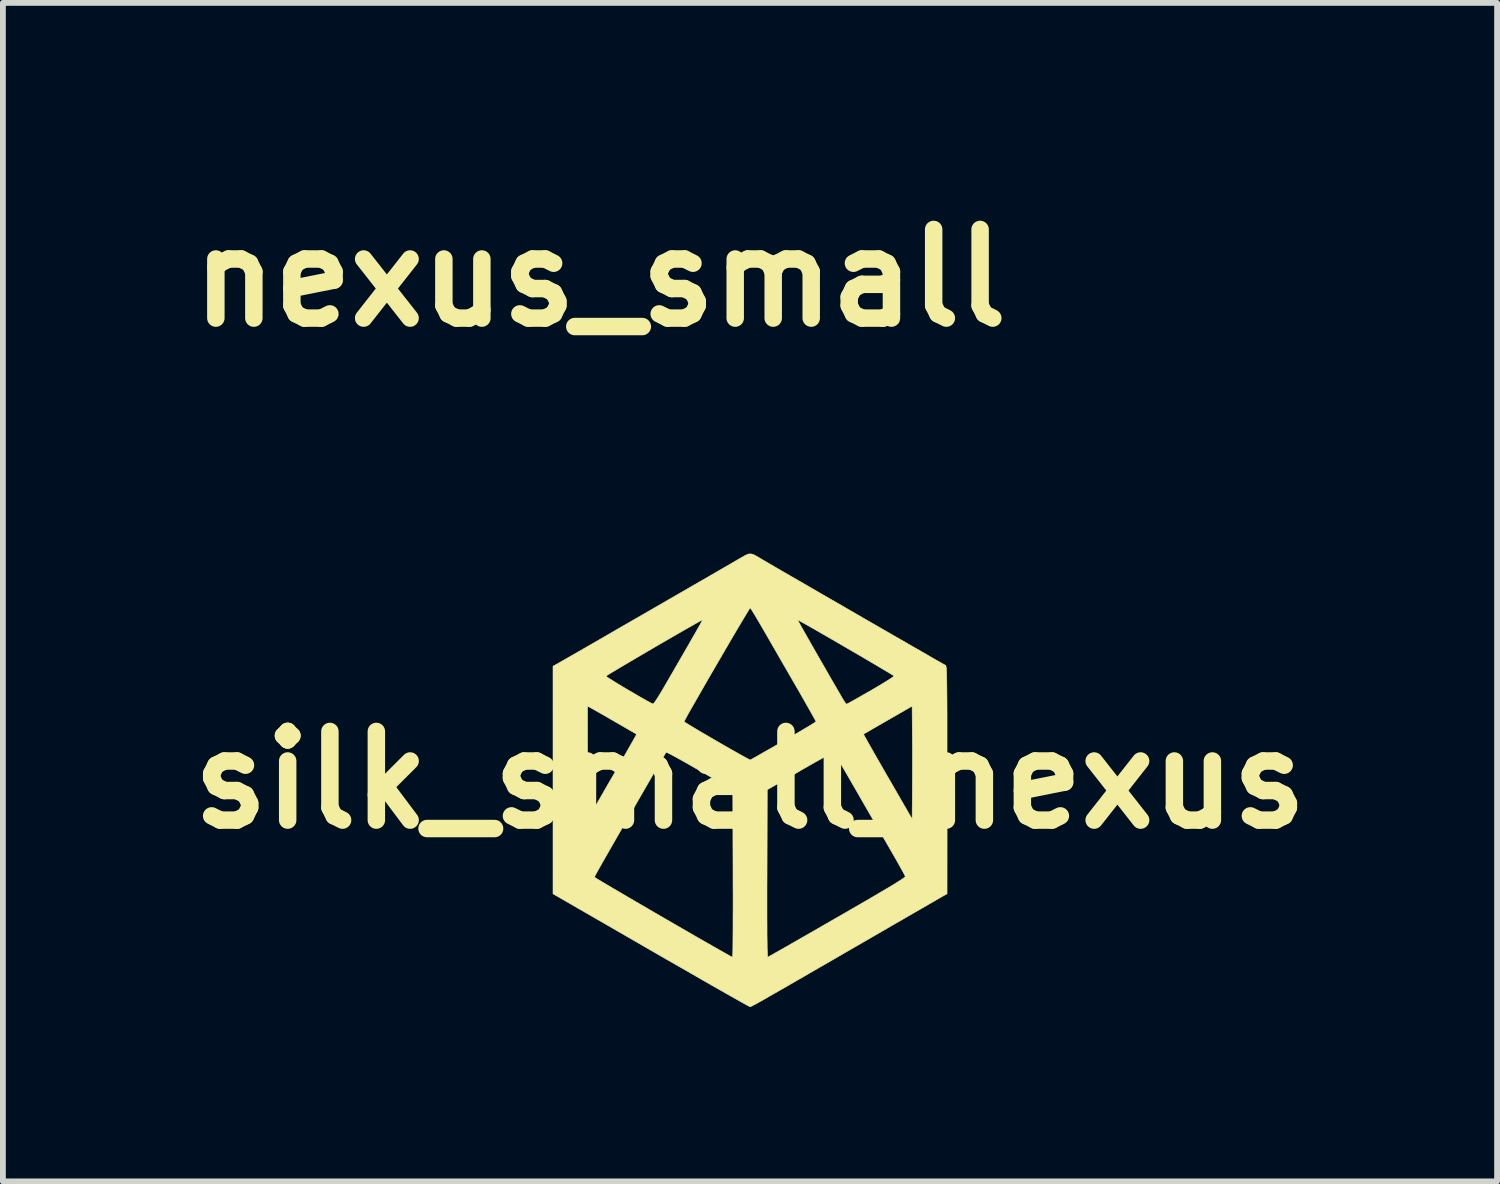
<source format=kicad_pcb>
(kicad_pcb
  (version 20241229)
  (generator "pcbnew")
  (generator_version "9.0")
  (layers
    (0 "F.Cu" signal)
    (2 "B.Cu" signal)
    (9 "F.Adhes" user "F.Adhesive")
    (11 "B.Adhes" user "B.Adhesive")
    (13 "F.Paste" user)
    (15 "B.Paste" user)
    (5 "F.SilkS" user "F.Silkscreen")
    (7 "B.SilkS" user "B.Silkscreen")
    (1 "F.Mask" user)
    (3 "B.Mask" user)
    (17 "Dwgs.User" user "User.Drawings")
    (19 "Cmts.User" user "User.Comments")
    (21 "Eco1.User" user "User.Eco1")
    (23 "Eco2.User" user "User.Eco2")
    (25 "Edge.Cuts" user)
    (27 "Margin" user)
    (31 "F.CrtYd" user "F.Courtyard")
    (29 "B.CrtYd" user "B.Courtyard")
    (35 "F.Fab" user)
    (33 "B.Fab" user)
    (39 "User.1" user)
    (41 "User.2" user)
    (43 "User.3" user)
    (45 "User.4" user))
  (footprint "nexus_small"
    (layer "F.Cu")
    (at 7.264 1.728)
    (property "Reference" "nexus_small" (at 0 0 0) (layer "F.SilkS") (effects (font (size 1.524 1.524) (thickness 0.3))))
    (attr through_hole)
    (fp_poly (pts (xy 0.253 -1.575) (xy 0.362 -1.511) (xy 0.509 -1.424) (xy 0.681 -1.325) (xy 0.861 -1.221) (xy 0.999 -1.141) (xy 1.499 -0.855) (xy 1.499 0.892) (xy 0.785 1.304) (xy 0.595 1.413) (xy 0.421 1.512) (xy 0.27 1.598) (xy 0.15 1.666) (xy 0.067 1.711) (xy 0.029 1.731) (xy 0.028 1.731) (xy -0.008 1.721) (xy -0.09 1.683) (xy -0.209 1.622) (xy -0.36 1.542) (xy -0.535 1.446) (xy -0.726 1.337) (xy -0.757 1.319) (xy -1.499 0.891) (xy -1.5 0.757) (xy -1.207 0.757) (xy -1.005 0.874) (xy -0.893 0.938) (xy -0.749 1.021) (xy -0.595 1.111) (xy -0.484 1.175) (xy -0.36 1.246) (xy -0.254 1.305) (xy -0.178 1.345) (xy -0.143 1.361) (xy -0.143 1.361) (xy -0.137 1.333) (xy -0.132 1.252) (xy -0.128 1.129) (xy -0.127 0.972) (xy -0.127 0.911) (xy 0.127 0.911) (xy 0.127 1.079) (xy 0.13 1.214) (xy 0.135 1.311) (xy 0.141 1.358) (xy 0.143 1.361) (xy 0.175 1.347) (xy 0.252 1.306) (xy 0.363 1.244) (xy 0.502 1.165) (xy 0.659 1.075) (xy 0.677 1.064) (xy 0.834 0.972) (xy 0.972 0.889) (xy 1.081 0.821) (xy 1.155 0.772) (xy 1.186 0.747) (xy 1.186 0.746) (xy 1.171 0.714) (xy 1.131 0.638) (xy 1.07 0.528) (xy 0.993 0.392) (xy 0.916 0.257) (xy 0.646 -0.211) (xy 0.391 -0.065) (xy 0.136 0.082) (xy 0.128 0.722) (xy 0.127 0.911) (xy -0.127 0.911) (xy -0.127 0.789) (xy -0.128 0.721) (xy -0.136 0.079) (xy -0.386 -0.065) (xy -0.636 -0.209) (xy -0.679 -0.142) (xy -0.708 -0.094) (xy -0.762 -0.004) (xy -0.833 0.117) (xy -0.916 0.258) (xy -0.964 0.34) (xy -1.207 0.757) (xy -1.5 0.757) (xy -1.507 0.023) (xy -1.508 -0.121) (xy -1.261 -0.121) (xy -1.26 0.031) (xy -1.257 0.159) (xy -1.252 0.252) (xy -1.246 0.299) (xy -1.243 0.302) (xy -1.222 0.277) (xy -1.179 0.21) (xy -1.119 0.111) (xy -1.06 0.008) (xy -0.992 -0.113) (xy -0.936 -0.215) (xy -0.898 -0.288) (xy -0.885 -0.317) (xy -0.905 -0.342) (xy -0.963 -0.386) (xy -1.025 -0.427) (xy -0.516 -0.427) (xy -0.281 -0.29) (xy -0.171 -0.228) (xy -0.077 -0.181) (xy -0.014 -0.155) (xy 0 -0.152) (xy 0.045 -0.167) (xy 0.128 -0.206) (xy 0.233 -0.262) (xy 0.281 -0.29) (xy 0.33 -0.318) (xy 0.885 -0.318) (xy 0.885 -0.317) (xy 0.905 -0.272) (xy 0.947 -0.192) (xy 1.003 -0.09) (xy 1.067 0.021) (xy 1.131 0.128) (xy 1.187 0.219) (xy 1.228 0.282) (xy 1.247 0.303) (xy 1.255 0.274) (xy 1.261 0.196) (xy 1.265 0.079) (xy 1.267 -0.066) (xy 1.267 -0.121) (xy 1.265 -0.273) (xy 1.262 -0.401) (xy 1.258 -0.494) (xy 1.252 -0.541) (xy 1.25 -0.545) (xy 1.206 -0.53) (xy 1.134 -0.493) (xy 1.05 -0.443) (xy 0.969 -0.391) (xy 0.909 -0.346) (xy 0.885 -0.318) (xy 0.33 -0.318) (xy 0.516 -0.427) (xy 0.417 -0.6) (xy 0.356 -0.706) (xy 0.278 -0.842) (xy 0.197 -0.984) (xy 0.167 -1.037) (xy 0.102 -1.148) (xy 0.059 -1.218) (xy 0.354 -1.218) (xy 0.429 -1.086) (xy 0.483 -0.991) (xy 0.552 -0.87) (xy 0.62 -0.751) (xy 0.737 -0.549) (xy 0.876 -0.628) (xy 0.966 -0.681) (xy 1.042 -0.727) (xy 1.069 -0.744) (xy 1.086 -0.762) (xy 1.08 -0.785) (xy 1.043 -0.819) (xy 0.968 -0.868) (xy 0.849 -0.939) (xy 0.811 -0.961) (xy 0.682 -1.036) (xy 0.565 -1.103) (xy 0.475 -1.154) (xy 0.427 -1.18) (xy 0.354 -1.218) (xy 0.059 -1.218) (xy 0.047 -1.236) (xy 0.011 -1.29) (xy 0 -1.301) (xy -0.02 -1.277) (xy -0.063 -1.211) (xy -0.122 -1.114) (xy -0.167 -1.037) (xy -0.245 -0.9) (xy -0.326 -0.759) (xy -0.395 -0.638) (xy -0.417 -0.6) (xy -0.516 -0.427) (xy -1.025 -0.427) (xy -1.042 -0.438) (xy -1.126 -0.489) (xy -1.199 -0.528) (xy -1.245 -0.545) (xy -1.247 -0.545) (xy -1.252 -0.516) (xy -1.256 -0.438) (xy -1.259 -0.321) (xy -1.261 -0.176) (xy -1.261 -0.121) (xy -1.508 -0.121) (xy -1.514 -0.78) (xy -1.128 -0.78) (xy -0.935 -0.667) (xy -0.742 -0.555) (xy -0.664 -0.679) (xy -0.609 -0.768) (xy -0.54 -0.886) (xy -0.472 -1.007) (xy -0.468 -1.013) (xy -0.351 -1.224) (xy -0.531 -1.123) (xy -0.653 -1.054) (xy -0.795 -0.973) (xy -0.92 -0.901) (xy -1.128 -0.78) (xy -1.514 -0.78) (xy -1.515 -0.845) (xy -1.386 -0.919) (xy -1.323 -0.956) (xy -1.216 -1.017) (xy -1.076 -1.098) (xy -0.912 -1.193) (xy -0.731 -1.297) (xy -0.625 -1.359) (xy 0.006 -1.723) (xy 0.253 -1.575)) (stroke (width 0.01) (type solid)) (fill no) (layer "Eco2.User")))
  (footprint "silk_small_nexus"
    (layer "F.Cu")
    (at 9.841 10.356)
    (property "Reference" "silk_small_nexus" (at 0 0 0) (layer "F.SilkS") (effects (font (size 1.524 1.524) (thickness 0.3))))
    (attr through_hole)
    (fp_poly (pts (xy 0.067 -3.871) (xy 0.128 -3.837) (xy 0.161 -3.818) (xy 0.197 -3.796) (xy 0.259 -3.76) (xy 0.344 -3.71) (xy 0.449 -3.649) (xy 0.573 -3.577) (xy 0.713 -3.496) (xy 0.867 -3.407) (xy 1.033 -3.311) (xy 1.207 -3.21) (xy 1.389 -3.105) (xy 1.575 -2.998) (xy 1.763 -2.889) (xy 1.951 -2.78) (xy 2.137 -2.673) (xy 2.318 -2.569) (xy 2.492 -2.468) (xy 2.657 -2.374) (xy 2.81 -2.285) (xy 2.949 -2.206) (xy 3.071 -2.135) (xy 3.175 -2.075) (xy 3.259 -2.028) (xy 3.318 -1.994) (xy 3.353 -1.975) (xy 3.36 -1.971) (xy 3.364 -1.967) (xy 3.368 -1.957) (xy 3.371 -1.94) (xy 3.374 -1.913) (xy 3.376 -1.875) (xy 3.379 -1.825) (xy 3.38 -1.759) (xy 3.382 -1.677) (xy 3.383 -1.577) (xy 3.384 -1.457) (xy 3.385 -1.314) (xy 3.386 -1.148) (xy 3.386 -0.957) (xy 3.386 -0.738) (xy 3.386 -0.49) (xy 3.387 -0.212) (xy 3.387 -0.002) (xy 3.386 1.956) (xy 3.323 1.991) (xy 3.3 2.004) (xy 3.25 2.033) (xy 3.174 2.077) (xy 3.075 2.134) (xy 2.955 2.204) (xy 2.815 2.284) (xy 2.658 2.375) (xy 2.486 2.474) (xy 2.3 2.582) (xy 2.103 2.696) (xy 1.897 2.815) (xy 1.687 2.936) (xy 1.432 3.084) (xy 1.204 3.215) (xy 1.002 3.332) (xy 0.824 3.435) (xy 0.67 3.524) (xy 0.536 3.601) (xy 0.422 3.666) (xy 0.326 3.721) (xy 0.247 3.767) (xy 0.182 3.803) (xy 0.131 3.832) (xy 0.09 3.854) (xy 0.06 3.87) (xy 0.038 3.882) (xy 0.023 3.889) (xy 0.012 3.893) (xy 0.005 3.894) (xy -0.000099 3.895) (xy -0.004 3.895) (xy -0.022 3.886) (xy -0.067 3.862) (xy -0.137 3.823) (xy -0.231 3.77) (xy -0.347 3.705) (xy -0.483 3.627) (xy -0.637 3.54) (xy -0.808 3.442) (xy -0.992 3.336) (xy -1.189 3.223) (xy -1.397 3.104) (xy -1.614 2.979) (xy -1.707 2.925) (xy -3.386 1.956) (xy -3.386 1.67) (xy -2.675 1.67) (xy -2.66 1.68) (xy -2.619 1.706) (xy -2.554 1.745) (xy -2.468 1.796) (xy -2.363 1.858) (xy -2.241 1.929) (xy -2.107 2.008) (xy -1.962 2.093) (xy -1.808 2.182) (xy -1.65 2.275) (xy -1.489 2.368) (xy -1.327 2.462) (xy -1.169 2.553) (xy -1.015 2.642) (xy -0.87 2.726) (xy -0.735 2.803) (xy -0.614 2.872) (xy -0.508 2.932) (xy -0.422 2.981) (xy -0.356 3.018) (xy -0.315 3.04) (xy -0.3 3.047) (xy -0.299 3.031) (xy -0.297 2.983) (xy -0.295 2.906) (xy -0.294 2.803) (xy -0.293 2.676) (xy -0.292 2.527) (xy -0.292 2.359) (xy -0.291 2.174) (xy -0.291 2.124) (xy 0.291 2.124) (xy 0.291 2.335) (xy 0.292 2.515) (xy 0.292 2.666) (xy 0.294 2.79) (xy 0.295 2.888) (xy 0.298 2.961) (xy 0.3 3.011) (xy 0.303 3.038) (xy 0.307 3.045) (xy 0.324 3.035) (xy 0.368 3.01) (xy 0.437 2.971) (xy 0.529 2.919) (xy 0.642 2.855) (xy 0.772 2.78) (xy 0.918 2.696) (xy 1.078 2.605) (xy 1.249 2.506) (xy 1.43 2.402) (xy 1.5 2.362) (xy 1.727 2.231) (xy 1.926 2.116) (xy 2.098 2.016) (xy 2.244 1.93) (xy 2.366 1.858) (xy 2.466 1.798) (xy 2.544 1.749) (xy 2.602 1.712) (xy 2.641 1.685) (xy 2.663 1.667) (xy 2.669 1.658) (xy 2.659 1.636) (xy 2.635 1.589) (xy 2.597 1.522) (xy 2.55 1.437) (xy 2.495 1.34) (xy 2.434 1.234) (xy 2.374 1.13) (xy 2.3 1.002) (xy 2.216 0.857) (xy 2.125 0.699) (xy 2.031 0.537) (xy 1.937 0.374) (xy 1.847 0.217) (xy 1.829 0.186) (xy 1.751 0.051) (xy 1.678 -0.076) (xy 1.611 -0.191) (xy 1.553 -0.29) (xy 1.505 -0.371) (xy 1.47 -0.432) (xy 1.448 -0.468) (xy 1.442 -0.477) (xy 1.425 -0.471) (xy 1.383 -0.45) (xy 1.317 -0.416) (xy 1.232 -0.369) (xy 1.131 -0.313) (xy 1.017 -0.248) (xy 0.892 -0.177) (xy 0.864 -0.16) (xy 0.296 0.167) (xy 0.292 1.609) (xy 0.291 1.883) (xy 0.291 2.124) (xy -0.291 2.124) (xy -0.291 1.975) (xy -0.292 1.764) (xy -0.292 1.607) (xy -0.296 0.167) (xy -0.864 -0.161) (xy -0.99 -0.233) (xy -1.107 -0.3) (xy -1.211 -0.358) (xy -1.3 -0.407) (xy -1.37 -0.444) (xy -1.418 -0.468) (xy -1.441 -0.477) (xy -1.442 -0.477) (xy -1.453 -0.46) (xy -1.479 -0.417) (xy -1.517 -0.353) (xy -1.565 -0.271) (xy -1.621 -0.174) (xy -1.683 -0.067) (xy -1.697 -0.042) (xy -1.851 0.225) (xy -1.989 0.464) (xy -2.112 0.676) (xy -2.22 0.864) (xy -2.314 1.028) (xy -2.395 1.169) (xy -2.464 1.29) (xy -2.522 1.391) (xy -2.569 1.474) (xy -2.606 1.54) (xy -2.634 1.591) (xy -2.655 1.628) (xy -2.667 1.653) (xy -2.674 1.667) (xy -2.675 1.67) (xy -3.386 1.67) (xy -3.386 0) (xy -3.386 -1.271) (xy -2.794 -1.271) (xy -2.793 -0.293) (xy -2.793 -0.076) (xy -2.793 0.108) (xy -2.792 0.263) (xy -2.79 0.388) (xy -2.788 0.488) (xy -2.786 0.562) (xy -2.783 0.613) (xy -2.78 0.643) (xy -2.776 0.654) (xy -2.774 0.652) (xy -2.761 0.631) (xy -2.734 0.583) (xy -2.693 0.513) (xy -2.641 0.422) (xy -2.578 0.313) (xy -2.508 0.191) (xy -2.431 0.057) (xy -2.35 -0.082) (xy -2.269 -0.223) (xy -2.194 -0.354) (xy -2.126 -0.473) (xy -2.067 -0.577) (xy -2.018 -0.663) (xy -1.981 -0.729) (xy -1.958 -0.771) (xy -1.951 -0.787) (xy -1.951 -0.787) (xy -1.966 -0.797) (xy -2.007 -0.821) (xy -2.068 -0.856) (xy -2.144 -0.9) (xy -2.23 -0.95) (xy -2.323 -1.003) (xy -1.134 -1.003) (xy -1.12 -0.992) (xy -1.08 -0.967) (xy -1.018 -0.929) (xy -0.939 -0.882) (xy -0.846 -0.826) (xy -0.742 -0.766) (xy -0.633 -0.702) (xy -0.521 -0.637) (xy -0.41 -0.573) (xy -0.305 -0.513) (xy -0.209 -0.459) (xy -0.127 -0.413) (xy -0.061 -0.377) (xy -0.016 -0.353) (xy 0.004 -0.344) (xy 0.004 -0.344) (xy 0.021 -0.353) (xy 0.064 -0.377) (xy 0.13 -0.414) (xy 0.215 -0.463) (xy 0.317 -0.521) (xy 0.431 -0.586) (xy 0.555 -0.657) (xy 0.575 -0.669) (xy 0.7 -0.741) (xy 0.779 -0.787) (xy 1.951 -0.787) (xy 1.958 -0.772) (xy 1.981 -0.731) (xy 2.017 -0.666) (xy 2.066 -0.579) (xy 2.125 -0.475) (xy 2.193 -0.356) (xy 2.269 -0.224) (xy 2.35 -0.082) (xy 2.366 -0.056) (xy 2.786 0.672) (xy 2.79 0.193) (xy 2.791 0.036) (xy 2.792 -0.143) (xy 2.792 -0.332) (xy 2.792 -0.52) (xy 2.791 -0.693) (xy 2.79 -0.778) (xy 2.786 -1.27) (xy 2.371 -1.031) (xy 2.263 -0.969) (xy 2.166 -0.913) (xy 2.083 -0.865) (xy 2.016 -0.826) (xy 1.971 -0.8) (xy 1.951 -0.788) (xy 1.951 -0.787) (xy 0.779 -0.787) (xy 0.815 -0.808) (xy 0.917 -0.869) (xy 1.004 -0.92) (xy 1.071 -0.961) (xy 1.115 -0.989) (xy 1.134 -1.003) (xy 1.134 -1.004) (xy 1.126 -1.021) (xy 1.103 -1.064) (xy 1.066 -1.13) (xy 1.018 -1.215) (xy 0.96 -1.317) (xy 0.895 -1.431) (xy 0.824 -1.556) (xy 0.81 -1.579) (xy 0.724 -1.728) (xy 0.633 -1.886) (xy 0.539 -2.048) (xy 0.448 -2.207) (xy 0.363 -2.354) (xy 0.289 -2.483) (xy 0.251 -2.548) (xy 0.189 -2.655) (xy 0.133 -2.751) (xy 0.132 -2.752) (xy 0.817 -2.752) (xy 0.824 -2.738) (xy 0.847 -2.697) (xy 0.882 -2.633) (xy 0.93 -2.549) (xy 0.987 -2.449) (xy 1.051 -2.335) (xy 1.122 -2.211) (xy 1.197 -2.08) (xy 1.275 -1.945) (xy 1.352 -1.81) (xy 1.429 -1.677) (xy 1.503 -1.55) (xy 1.571 -1.432) (xy 1.604 -1.376) (xy 1.631 -1.334) (xy 1.652 -1.308) (xy 1.659 -1.304) (xy 1.677 -1.312) (xy 1.72 -1.335) (xy 1.785 -1.371) (xy 1.867 -1.417) (xy 1.962 -1.472) (xy 2.068 -1.532) (xy 2.077 -1.537) (xy 2.182 -1.599) (xy 2.277 -1.656) (xy 2.357 -1.705) (xy 2.42 -1.745) (xy 2.46 -1.773) (xy 2.476 -1.787) (xy 2.476 -1.787) (xy 2.461 -1.798) (xy 2.42 -1.824) (xy 2.356 -1.862) (xy 2.272 -1.912) (xy 2.172 -1.972) (xy 2.059 -2.038) (xy 1.936 -2.111) (xy 1.805 -2.187) (xy 1.671 -2.265) (xy 1.536 -2.344) (xy 1.404 -2.42) (xy 1.278 -2.493) (xy 1.16 -2.561) (xy 1.055 -2.621) (xy 0.965 -2.672) (xy 0.894 -2.712) (xy 0.844 -2.739) (xy 0.819 -2.752) (xy 0.817 -2.752) (xy 0.132 -2.752) (xy 0.084 -2.833) (xy 0.044 -2.898) (xy 0.017 -2.941) (xy 0.004 -2.959) (xy 0.003 -2.959) (xy -0.007 -2.946) (xy -0.032 -2.906) (xy -0.071 -2.842) (xy -0.121 -2.758) (xy -0.182 -2.656) (xy -0.251 -2.54) (xy -0.326 -2.412) (xy -0.406 -2.275) (xy -0.49 -2.131) (xy -0.575 -1.985) (xy -0.66 -1.839) (xy -0.743 -1.696) (xy -0.822 -1.558) (xy -0.896 -1.429) (xy -0.963 -1.312) (xy -1.022 -1.209) (xy -1.07 -1.124) (xy -1.105 -1.059) (xy -1.127 -1.018) (xy -1.134 -1.003) (xy -2.323 -1.003) (xy -2.323 -1.004) (xy -2.418 -1.058) (xy -2.509 -1.111) (xy -2.593 -1.159) (xy -2.664 -1.199) (xy -2.718 -1.23) (xy -2.751 -1.248) (xy -2.756 -1.251) (xy -2.794 -1.271) (xy -3.386 -1.271) (xy -3.386 -1.785) (xy -2.476 -1.785) (xy -2.463 -1.773) (xy -2.424 -1.747) (xy -2.365 -1.71) (xy -2.291 -1.664) (xy -2.205 -1.612) (xy -2.113 -1.557) (xy -2.018 -1.502) (xy -1.926 -1.448) (xy -1.841 -1.399) (xy -1.768 -1.358) (xy -1.711 -1.327) (xy -1.675 -1.309) (xy -1.665 -1.306) (xy -1.652 -1.319) (xy -1.624 -1.358) (xy -1.584 -1.419) (xy -1.536 -1.497) (xy -1.481 -1.589) (xy -1.438 -1.664) (xy -1.318 -1.871) (xy -1.214 -2.051) (xy -1.125 -2.205) (xy -1.05 -2.335) (xy -0.988 -2.444) (xy -0.937 -2.532) (xy -0.897 -2.603) (xy -0.866 -2.657) (xy -0.844 -2.697) (xy -0.829 -2.725) (xy -0.82 -2.742) (xy -0.817 -2.751) (xy -0.817 -2.752) (xy -0.832 -2.745) (xy -0.874 -2.723) (xy -0.938 -2.687) (xy -1.022 -2.639) (xy -1.123 -2.582) (xy -1.236 -2.517) (xy -1.36 -2.445) (xy -1.49 -2.37) (xy -1.625 -2.292) (xy -1.759 -2.213) (xy -1.891 -2.136) (xy -2.018 -2.061) (xy -2.135 -1.992) (xy -2.24 -1.93) (xy -2.33 -1.876) (xy -2.401 -1.834) (xy -2.45 -1.803) (xy -2.474 -1.787) (xy -2.476 -1.785) (xy -3.386 -1.785) (xy -3.386 -1.956) (xy -3.298 -2.004) (xy -3.274 -2.018) (xy -3.223 -2.047) (xy -3.147 -2.091) (xy -3.049 -2.147) (xy -2.932 -2.214) (xy -2.797 -2.292) (xy -2.647 -2.378) (xy -2.485 -2.472) (xy -2.312 -2.572) (xy -2.132 -2.676) (xy -1.946 -2.783) (xy -1.757 -2.892) (xy -1.567 -3.002) (xy -1.379 -3.111) (xy -1.194 -3.217) (xy -1.017 -3.32) (xy -0.848 -3.417) (xy -0.69 -3.508) (xy -0.546 -3.592) (xy -0.418 -3.666) (xy -0.309 -3.729) (xy -0.22 -3.781) (xy -0.154 -3.819) (xy -0.14 -3.827) (xy -0.074 -3.864) (xy -0.024 -3.884) (xy 0.019 -3.886) (xy 0.067 -3.871)) (stroke (width 0.01) (type solid)) (fill yes) (layer "F.SilkS")))
  (gr_rect
    (start -3 -3)
    (end 22.681 17.255)
    (stroke (width 0.1) (type default))
    (fill no)
    (layer "Edge.Cuts")))
</source>
